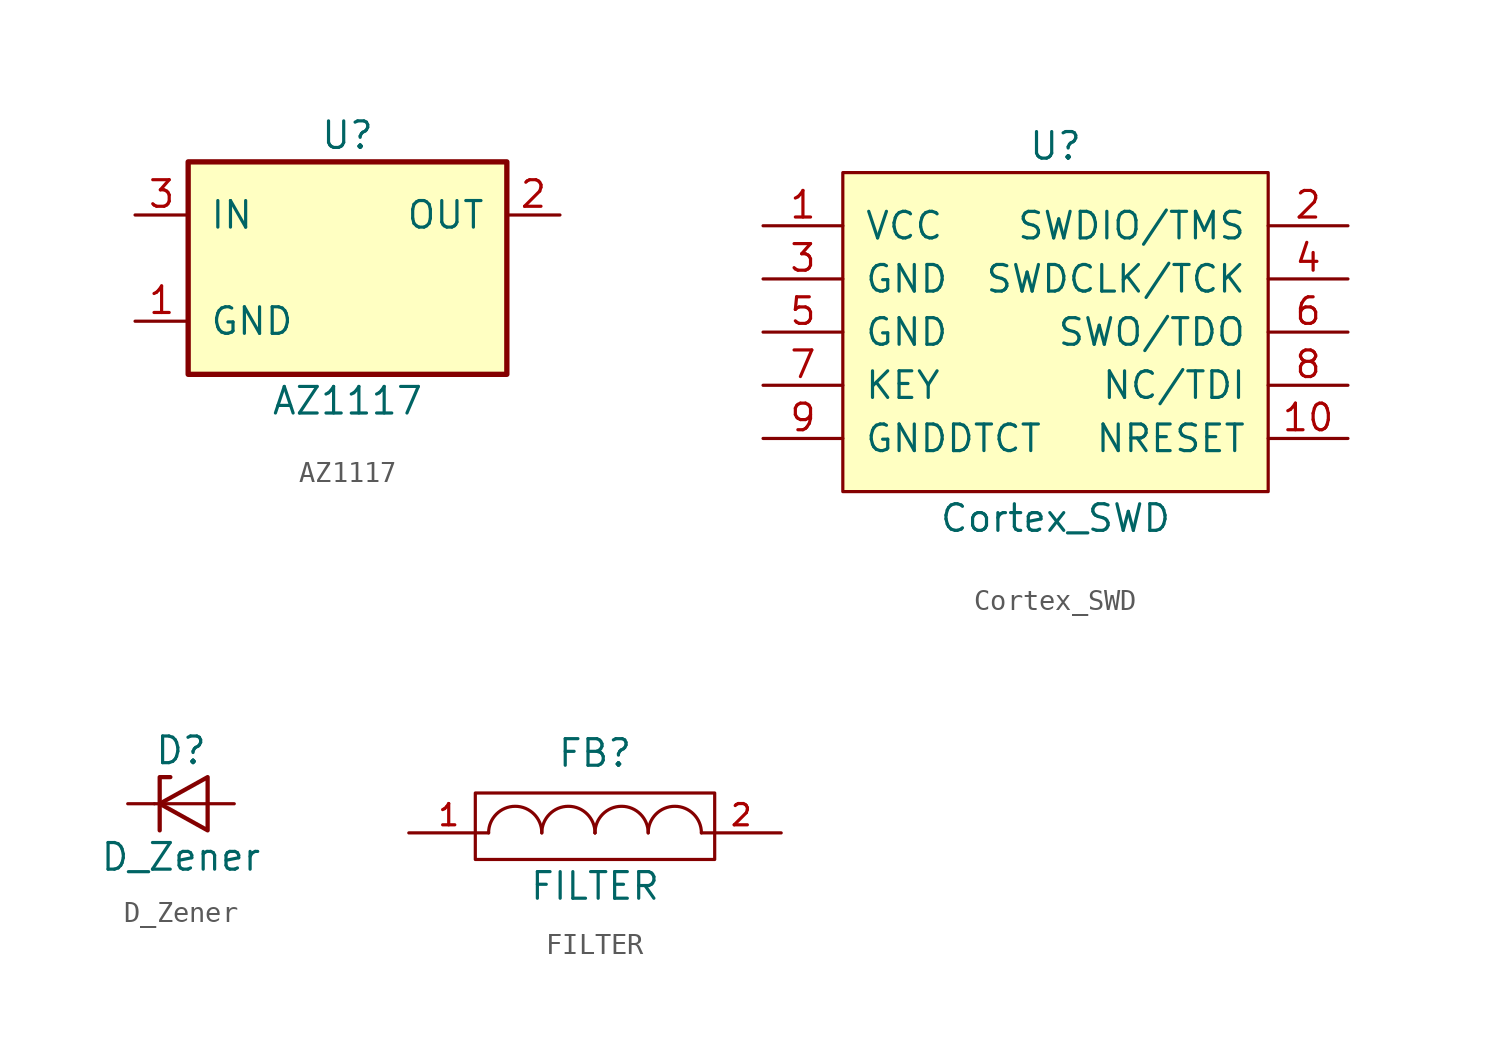
<source format=kicad_sym>
(kicad_symbol_lib
  (version 20211014)
  (generator kicad_symbol_editor)
  (symbol "AZ1117"
    (pin_names
      (offset 1.016))
    (property "Reference" "U"
      (at 0 6.35 0)
      (effects (font (size 1.27 1.27))))
    (property "Value" "AZ1117"
      (at 0 -6.35 0)
      (effects (font (size 1.27 1.27))))
    (property "Datasheet" ""
      (at 0 0 0)
      (effects (font (size 1.27 1.27))))
    (symbol "AZ1117_0_1"
      (rectangle (start -7.62 5.08) (end 7.62 -5.08) (stroke (width 0.254) (type default) (color 0 0 0 0)) (fill (type background))))
    (symbol "AZ1117_1_1"
      (pin power_in line (at -10.16 -2.54 0) (length 2.54) (name "GND" (effects (font (size 1.27 1.27)))) (number "1" (effects (font (size 1.27 1.27)))))
      (pin power_out line (at 10.16 2.54 180) (length 2.54) (name "OUT" (effects (font (size 1.27 1.27)))) (number "2" (effects (font (size 1.27 1.27)))))
      (pin power_in line (at -10.16 2.54 0) (length 2.54) (name "IN" (effects (font (size 1.27 1.27)))) (number "3" (effects (font (size 1.27 1.27)))))))
  (symbol "Cortex_SWD"
    (pin_names
      (offset 1.016))
    (property "Reference" "U"
      (at 0 8.89 0)
      (effects (font (size 1.27 1.27))))
    (property "Value" "Cortex_SWD"
      (at 0 -8.89 0)
      (effects (font (size 1.27 1.27))))
    (property "Datasheet" ""
      (at 0 0 0)
      (effects (font (size 1.524 1.524))))
    (symbol "Cortex_SWD_0_1"
      (rectangle (start -10.16 7.62) (end 10.16 -7.62) (stroke (width 0) (type default) (color 0 0 0 0)) (fill (type background))))
    (symbol "Cortex_SWD_1_1"
      (pin passive line (at -13.97 5.08 0) (length 3.81) (name "VCC" (effects (font (size 1.27 1.27)))) (number "1" (effects (font (size 1.27 1.27)))))
      (pin passive line (at 13.97 -5.08 180) (length 3.81) (name "NRESET" (effects (font (size 1.27 1.27)))) (number "10" (effects (font (size 1.27 1.27)))))
      (pin passive line (at 13.97 5.08 180) (length 3.81) (name "SWDIO/TMS" (effects (font (size 1.27 1.27)))) (number "2" (effects (font (size 1.27 1.27)))))
      (pin passive line (at -13.97 2.54 0) (length 3.81) (name "GND" (effects (font (size 1.27 1.27)))) (number "3" (effects (font (size 1.27 1.27)))))
      (pin passive line (at 13.97 2.54 180) (length 3.81) (name "SWDCLK/TCK" (effects (font (size 1.27 1.27)))) (number "4" (effects (font (size 1.27 1.27)))))
      (pin passive line (at -13.97 0 0) (length 3.81) (name "GND" (effects (font (size 1.27 1.27)))) (number "5" (effects (font (size 1.27 1.27)))))
      (pin passive line (at 13.97 0 180) (length 3.81) (name "SWO/TDO" (effects (font (size 1.27 1.27)))) (number "6" (effects (font (size 1.27 1.27)))))
      (pin passive line (at -13.97 -2.54 0) (length 3.81) (name "KEY" (effects (font (size 1.27 1.27)))) (number "7" (effects (font (size 1.27 1.27)))))
      (pin passive line (at 13.97 -2.54 180) (length 3.81) (name "NC/TDI" (effects (font (size 1.27 1.27)))) (number "8" (effects (font (size 1.27 1.27)))))
      (pin passive line (at -13.97 -5.08 0) (length 3.81) (name "GNDDTCT" (effects (font (size 1.27 1.27)))) (number "9" (effects (font (size 1.27 1.27)))))))
  (symbol "D_Zener"
    (pin_numbers hide)
    (pin_names
      (offset 1.016) hide)
    (property "Reference" "D"
      (at 0 2.54 0)
      (effects (font (size 1.27 1.27))))
    (property "Value" "D_Zener"
      (at 0 -2.54 0)
      (effects (font (size 1.27 1.27))))
    (property "Footprint" ""
      (at 0 0 0)
      (effects (font (size 1.27 1.27))))
    (property "Datasheet" ""
      (at 0 0 0)
      (effects (font (size 1.27 1.27))))
    (symbol "D_Zener_0_1"
      (polyline (pts (xy 1.27 0) (xy -1.27 0)) (stroke (width 0) (type default) (color 0 0 0 0)) (fill (type none)))
      (polyline (pts (xy -1.016 0) (xy 1.27 1.27) (xy 1.27 -1.27) (xy -1.016 0)) (stroke (width 0.203) (type default) (color 0 0 0 0)) (fill (type none)))
      (polyline (pts (xy -0.508 1.27) (xy -1.016 1.27) (xy -1.016 0) (xy -1.016 -1.27)) (stroke (width 0.203) (type default) (color 0 0 0 0)) (fill (type none))))
    (symbol "D_Zener_1_1"
      (pin passive line (at -2.54 0 0) (length 1.27) (name "K" (effects (font (size 1.27 1.27)))) (number "1" (effects (font (size 1.27 1.27)))))
      (pin passive line (at 2.54 0 180) (length 1.27) (name "A" (effects (font (size 1.27 1.27)))) (number "2" (effects (font (size 1.27 1.27)))))))
  (symbol "FILTER"
    (pin_names
      (offset 1.016) hide)
    (property "Reference" "FB"
      (at 0 3.81 0)
      (effects (font (size 1.27 1.27))))
    (property "Value" "FILTER"
      (at 0 -2.54 0)
      (effects (font (size 1.27 1.27))))
    (property "Footprint" ""
      (at 0 0 0)
      (effects (font (size 1.27 1.27))))
    (property "Datasheet" ""
      (at 0 0 0)
      (effects (font (size 1.27 1.27))))
    (symbol "FILTER_0_1"
      (rectangle (start -5.715 1.905) (end 5.715 -1.27) (stroke (width 0) (type default) (color 0 0 0 0)) (fill (type none)))
      (arc (start -2.54 0) (mid -3.81 1.27) (end -5.08 0) (stroke (width 0) (type default) (color 0 0 0 0)) (fill (type none)))
      (arc (start 0 0) (mid -1.27 1.27) (end -2.54 0) (stroke (width 0) (type default) (color 0 0 0 0)) (fill (type none)))
      (arc (start 0 0) (mid 0 0) (end 0 0) (stroke (width 0) (type default) (color 0 0 0 0)) (fill (type none)))
      (arc (start 2.54 0) (mid 1.27 1.27) (end 0 0) (stroke (width 0) (type default) (color 0 0 0 0)) (fill (type none)))
      (arc (start 5.08 0) (mid 3.81 1.27) (end 2.54 0) (stroke (width 0) (type default) (color 0 0 0 0)) (fill (type none))))
    (symbol "FILTER_1_1"
      (pin passive line (at -8.89 0 0) (length 3.81) (name "1" (effects (font (size 1.016 1.016)))) (number "1" (effects (font (size 1.016 1.016)))))
      (pin passive line (at 8.89 0 180) (length 3.81) (name "2" (effects (font (size 1.016 1.016)))) (number "2" (effects (font (size 1.016 1.016))))))))
</source>
